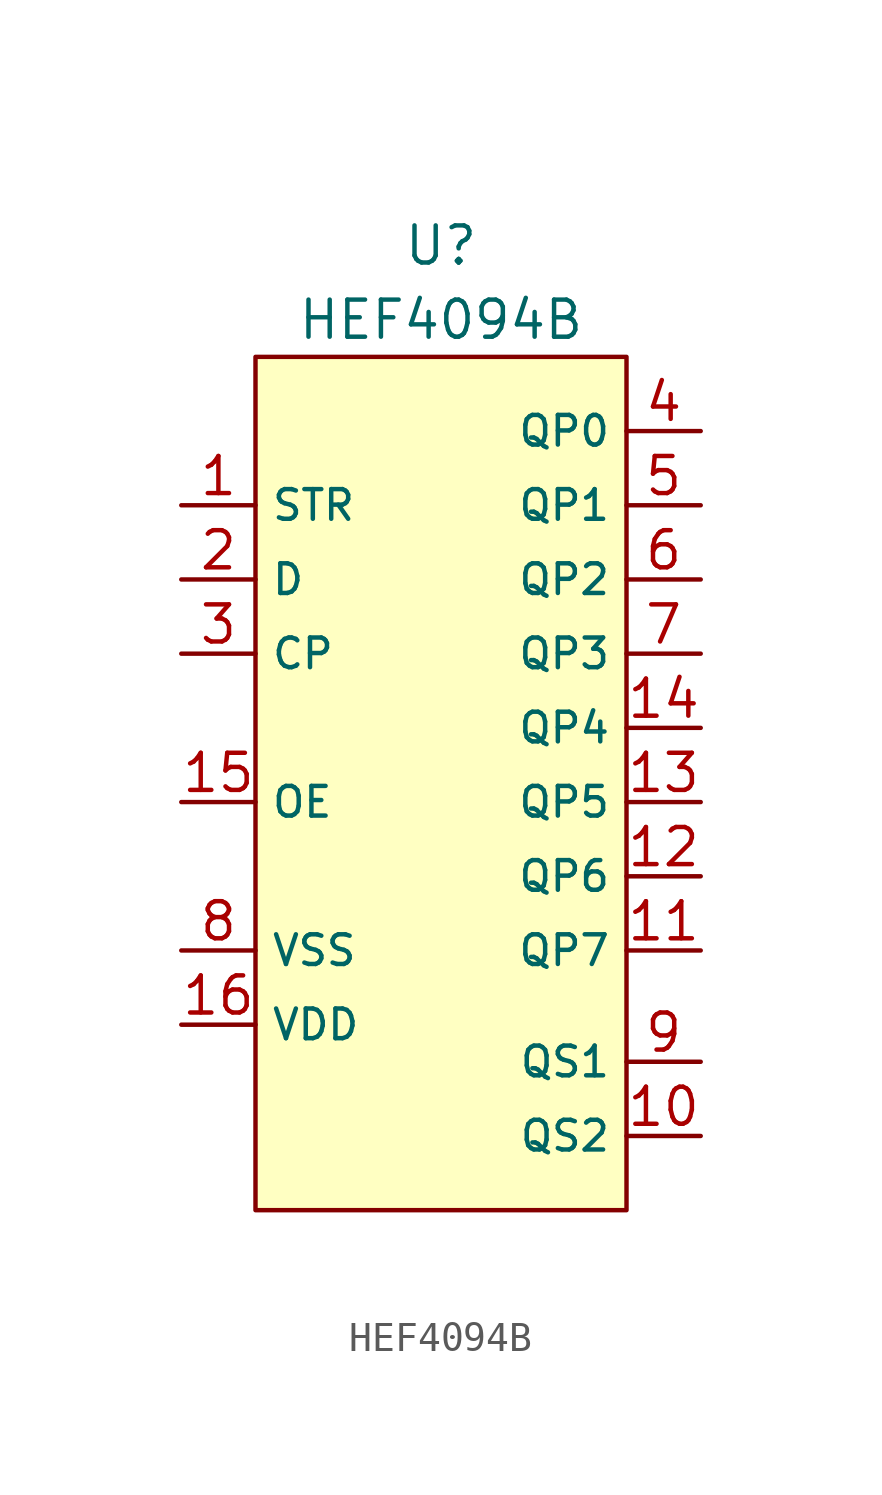
<source format=kicad_sym>
(kicad_symbol_lib
  (version 20201005)
  (generator kicad_symbol_editor)
  (symbol "CustomSymbols:HEF4094B"
    (property "Reference" "U"
      (at 0 15.24 0)
      (effects (font (size 1.27 1.27))))
    (property "Value" "HEF4094B"
      (at 0 12.7 0)
      (effects (font (size 1.27 1.27))))
    (symbol "HEF4094B_0_0"
      (pin input line (at -8.89 6.35 0) (length 2.54) (name "STR" (effects (font (size 1.016 1.016)))) (number "1" (effects (font (size 1.27 1.27)))))
      (pin output line (at 8.89 -15.24 180) (length 2.54) (name "QS2" (effects (font (size 1.016 1.016)))) (number "10" (effects (font (size 1.27 1.27)))))
      (pin output line (at 8.89 -8.89 180) (length 2.54) (name "QP7" (effects (font (size 1.016 1.016)))) (number "11" (effects (font (size 1.27 1.27)))))
      (pin output line (at 8.89 -6.35 180) (length 2.54) (name "QP6" (effects (font (size 1.016 1.016)))) (number "12" (effects (font (size 1.27 1.27)))))
      (pin output line (at 8.89 -3.81 180) (length 2.54) (name "QP5" (effects (font (size 1.016 1.016)))) (number "13" (effects (font (size 1.27 1.27)))))
      (pin output line (at 8.89 -1.27 180) (length 2.54) (name "QP4" (effects (font (size 1.016 1.016)))) (number "14" (effects (font (size 1.27 1.27)))))
      (pin input line (at -8.89 -3.81 0) (length 2.54) (name "OE" (effects (font (size 1.016 1.016)))) (number "15" (effects (font (size 1.27 1.27)))))
      (pin power_in line (at -8.89 -11.43 0) (length 2.54) (name "VDD" (effects (font (size 1.016 1.016)))) (number "16" (effects (font (size 1.27 1.27)))))
      (pin input line (at -8.89 3.81 0) (length 2.54) (name "D" (effects (font (size 1.016 1.016)))) (number "2" (effects (font (size 1.27 1.27)))))
      (pin input line (at -8.89 1.27 0) (length 2.54) (name "CP" (effects (font (size 1.016 1.016)))) (number "3" (effects (font (size 1.27 1.27)))))
      (pin output line (at 8.89 8.89 180) (length 2.54) (name "QP0" (effects (font (size 1.016 1.016)))) (number "4" (effects (font (size 1.27 1.27)))))
      (pin output line (at 8.89 6.35 180) (length 2.54) (name "QP1" (effects (font (size 1.016 1.016)))) (number "5" (effects (font (size 1.27 1.27)))))
      (pin output line (at 8.89 3.81 180) (length 2.54) (name "QP2" (effects (font (size 1.016 1.016)))) (number "6" (effects (font (size 1.27 1.27)))))
      (pin output line (at 8.89 1.27 180) (length 2.54) (name "QP3" (effects (font (size 1.016 1.016)))) (number "7" (effects (font (size 1.27 1.27)))))
      (pin power_in line (at -8.89 -8.89 0) (length 2.54) (name "VSS" (effects (font (size 1.016 1.016)))) (number "8" (effects (font (size 1.27 1.27)))))
      (pin output line (at 8.89 -12.7 180) (length 2.54) (name "QS1" (effects (font (size 1.016 1.016)))) (number "9" (effects (font (size 1.27 1.27))))))
    (symbol "HEF4094B_0_1"
      (rectangle (start -6.35 11.43) (end 6.35 -17.78) (stroke (width 0.152)) (fill (type background))))))
</source>
